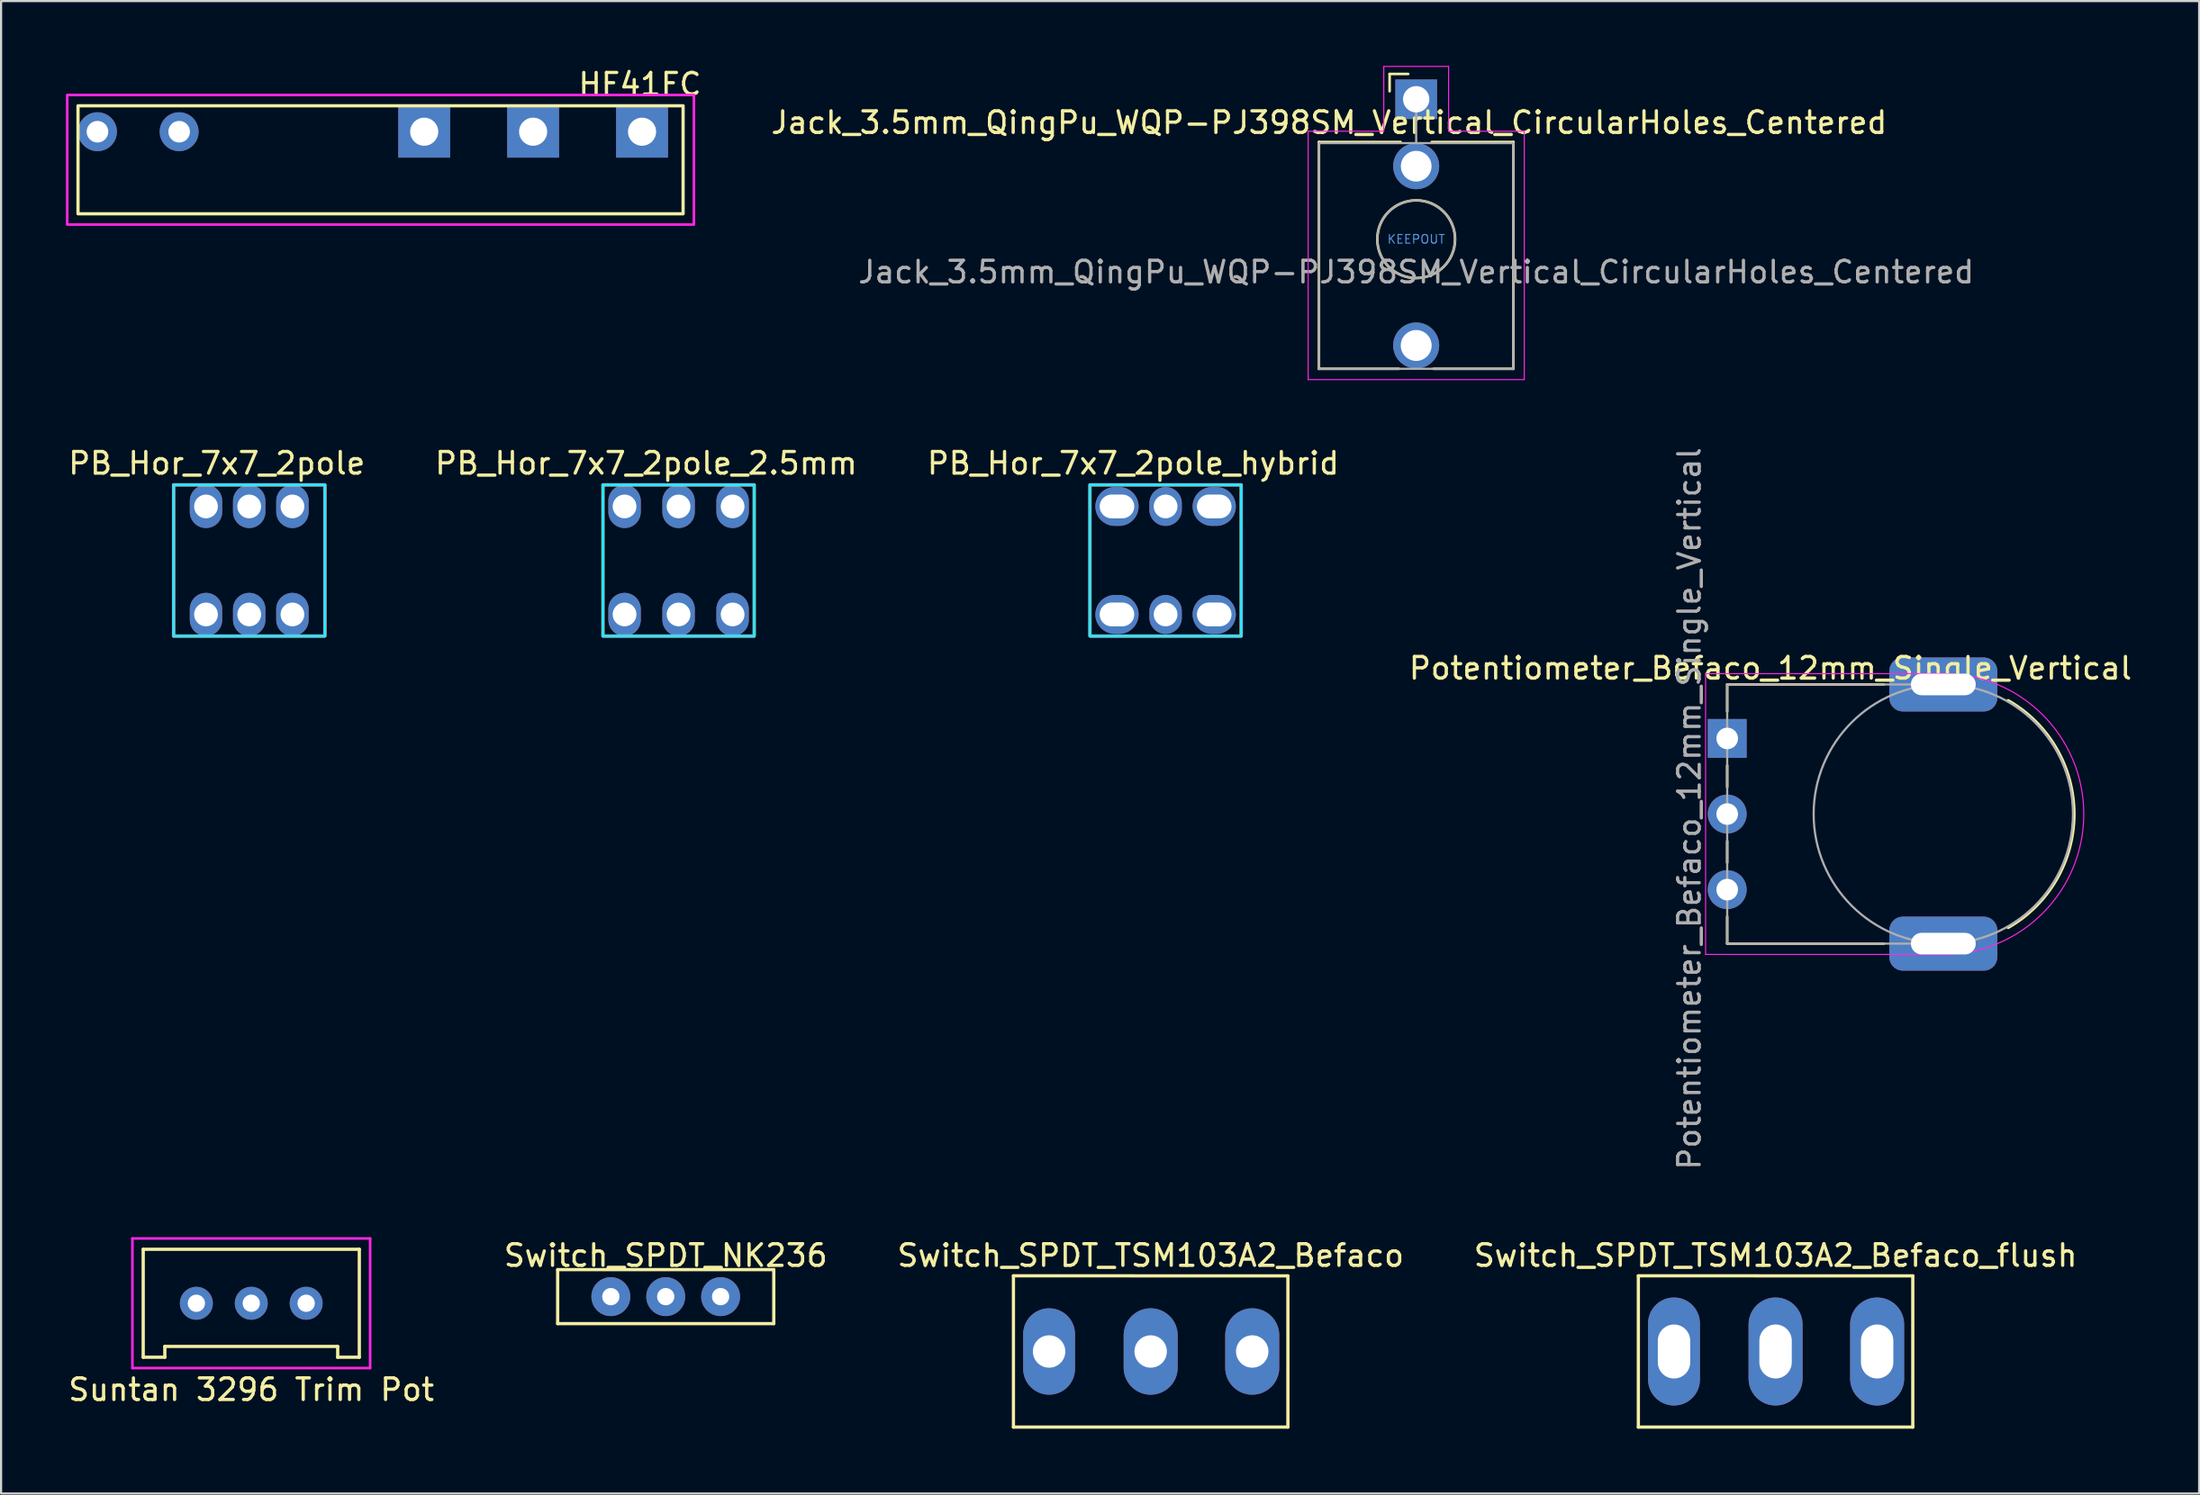
<source format=kicad_pcb>
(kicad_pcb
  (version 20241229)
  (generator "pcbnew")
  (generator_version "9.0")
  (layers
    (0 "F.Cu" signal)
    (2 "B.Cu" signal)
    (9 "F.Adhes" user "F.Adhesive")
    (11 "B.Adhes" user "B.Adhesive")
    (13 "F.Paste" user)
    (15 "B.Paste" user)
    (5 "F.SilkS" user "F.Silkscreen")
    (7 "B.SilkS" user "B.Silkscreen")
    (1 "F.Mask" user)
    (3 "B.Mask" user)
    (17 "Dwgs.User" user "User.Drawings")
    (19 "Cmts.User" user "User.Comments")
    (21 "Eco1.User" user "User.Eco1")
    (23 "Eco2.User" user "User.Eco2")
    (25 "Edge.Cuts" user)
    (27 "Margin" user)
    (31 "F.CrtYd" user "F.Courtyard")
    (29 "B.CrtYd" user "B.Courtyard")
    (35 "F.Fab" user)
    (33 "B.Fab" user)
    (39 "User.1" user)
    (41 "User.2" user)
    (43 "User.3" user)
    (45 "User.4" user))
  (footprint "Switch_SPDT_NK236"
    (layer "F.Cu")
    (at 27.756 56.982)
    (property "Reference" "Switch_SPDT_NK236" (at 0 -1.905 0) (unlocked yes) (layer "F.SilkS") (effects (font (size 1 1) (thickness 0.15))))
    (attr through_hole)
    (fp_line (start -5 -1.25) (end -5 1.25) (stroke (width 0.15) (type solid)) (layer "F.SilkS"))
    (fp_line (start -5 -1.25) (end 5 -1.25) (stroke (width 0.15) (type solid)) (layer "F.SilkS"))
    (fp_line (start -5 1.25) (end 5 1.25) (stroke (width 0.15) (type solid)) (layer "F.SilkS"))
    (fp_line (start 5 -1.25) (end 5 1.25) (stroke (width 0.15) (type solid)) (layer "F.SilkS"))
    (pad "1" thru_hole circle (at 0 0) (size 1.8 1.8) (drill 0.8) (layers "*.Cu" "*.Mask"))
    (pad "2" thru_hole circle (at 2.54 0) (size 1.8 1.8) (drill 0.8) (layers "*.Cu" "*.Mask"))
    (pad "3" thru_hole circle (at -2.54 0) (size 1.8 1.8) (drill 0.8) (layers "*.Cu" "*.Mask")))
  (footprint "PB_Hor_7x7_2pole_hybrid"
    (layer "F.Cu")
    (at 50.887 22.898)
    (property "Reference" "PB_Hor_7x7_2pole_hybrid" (at -1.5 -4.5 0) (unlocked yes) (layer "F.SilkS") (effects (font (size 1 1) (thickness 0.15))))
    (attr through_hole)
    (fp_rect (start -3.5 3.5) (end 3.5 -3.5) (stroke (width 0.15) (type default)) (fill no) (layer "F.SilkS"))
    (fp_rect (start -3.5 -3.5) (end 3.5 3.5) (stroke (width 0.12) (type default)) (fill no) (layer "B.CrtYd"))
    (fp_rect (start -3.5 -3.5) (end 3.5 3.5) (stroke (width 0.12) (type default)) (fill no) (layer "F.CrtYd"))
    (pad "1" thru_hole oval (at 0 -2.5) (size 1.5 1.8) (drill 1.1) (layers "*.Cu" "*.Mask"))
    (pad "2" thru_hole oval (at -2.25 -2.5) (size 2 1.8) (drill oval 1.6 1.1) (layers "*.Cu" "*.Mask"))
    (pad "3" thru_hole oval (at 2.25 -2.5) (size 2 1.8) (drill oval 1.6 1.1) (layers "*.Cu" "*.Mask"))
    (pad "4" thru_hole oval (at 0 2.5 180) (size 1.5 1.8) (drill 1.1) (layers "*.Cu" "*.Mask"))
    (pad "5" thru_hole oval (at 2.25 2.5 180) (size 2 1.8) (drill oval 1.6 1.1) (layers "*.Cu" "*.Mask"))
    (pad "6" thru_hole oval (at -2.25 2.5 180) (size 2 1.8) (drill oval 1.6 1.1) (layers "*.Cu" "*.Mask")))
  (footprint "PB_Hor_7x7_2pole_2.5mm"
    (layer "F.Cu")
    (at 28.351 22.898)
    (property "Reference" "PB_Hor_7x7_2pole_2.5mm" (at -1.5 -4.5 0) (unlocked yes) (layer "F.SilkS") (effects (font (size 1 1) (thickness 0.15))))
    (attr through_hole)
    (fp_rect (start -3.5 3.5) (end 3.5 -3.5) (stroke (width 0.15) (type default)) (fill no) (layer "F.SilkS"))
    (fp_rect (start -3.5 -3.5) (end 3.5 3.5) (stroke (width 0.12) (type default)) (fill no) (layer "B.CrtYd"))
    (fp_rect (start -3.5 -3.5) (end 3.5 3.5) (stroke (width 0.12) (type default)) (fill no) (layer "F.CrtYd"))
    (pad "1" thru_hole oval (at 0 -2.5) (size 1.5 2) (drill 1.1) (layers "*.Cu" "*.Mask"))
    (pad "2" thru_hole oval (at -2.5 -2.5) (size 1.5 2) (drill 1.1) (layers "*.Cu" "*.Mask"))
    (pad "3" thru_hole oval (at 2.5 -2.5) (size 1.5 2) (drill 1.1) (layers "*.Cu" "*.Mask"))
    (pad "4" thru_hole oval (at 0 2.5 180) (size 1.5 2) (drill 1.1) (layers "*.Cu" "*.Mask"))
    (pad "5" thru_hole oval (at 2.5 2.5 180) (size 1.5 2) (drill 1.1) (layers "*.Cu" "*.Mask"))
    (pad "6" thru_hole oval (at -2.5 2.5 180) (size 1.5 2) (drill 1.1) (layers "*.Cu" "*.Mask")))
  (footprint "Potentiometer_Befaco_12mm_Single_Vertical"
    (layer "F.Cu")
    (at 86.875 34.639)
    (property "Reference" "Potentiometer_Befaco_12mm_Single_Vertical" (at -8 -6.75 0) (layer "F.SilkS") (effects (font (size 1 1) (thickness 0.15))))
    (attr through_hole)
    (fp_line (start -10 -6) (end -10 -4.75) (stroke (width 0.12) (type solid)) (layer "F.SilkS"))
    (fp_line (start -10 -6) (end -2.75 -6) (stroke (width 0.12) (type solid)) (layer "F.SilkS"))
    (fp_line (start -10 -2.25) (end -10 -1.25) (stroke (width 0.12) (type solid)) (layer "F.SilkS"))
    (fp_line (start -10 1.25) (end -10 2.25) (stroke (width 0.12) (type solid)) (layer "F.SilkS"))
    (fp_line (start -10 4.75) (end -10 6) (stroke (width 0.12) (type solid)) (layer "F.SilkS"))
    (fp_line (start -10 6) (end -2.75 6) (stroke (width 0.12) (type solid)) (layer "F.SilkS"))
    (fp_arc (start 3 -5.25) (mid 6.046693 0) (end 3 5.25) (stroke (width 0.15) (type solid)) (layer "F.SilkS"))
    (fp_line (start -11 -6.5) (end -11 6.5) (stroke (width 0.05) (type solid)) (layer "F.CrtYd"))
    (fp_line (start -11 6.5) (end 0 6.5) (stroke (width 0.05) (type solid)) (layer "F.CrtYd"))
    (fp_line (start 0 -6.5) (end -11 -6.5) (stroke (width 0.05) (type solid)) (layer "F.CrtYd"))
    (fp_arc (start 0 -6.5) (mid 6.5 0) (end 0 6.5) (stroke (width 0.05) (type solid)) (layer "F.CrtYd"))
    (fp_line (start -10 -6) (end -10 6) (stroke (width 0.1) (type solid)) (layer "F.Fab"))
    (fp_line (start -10 6) (end 0 6) (stroke (width 0.1) (type solid)) (layer "F.Fab"))
    (fp_line (start 0 -6) (end -10 -6) (stroke (width 0.1) (type solid)) (layer "F.Fab"))
    (fp_circle (center 0 0) (end 0 6) (stroke (width 0.1) (type solid)) (fill no) (layer "F.Fab"))
    (fp_text user "${REFERENCE}" (at -11.75 -0.25 90) (layer "F.Fab") (effects (font (size 1 1) (thickness 0.15))))
    (pad "1" thru_hole rect (at -10 -3.5) (size 1.8 1.8) (drill 1) (layers "*.Cu" "*.Mask"))
    (pad "2" thru_hole circle (at -10 0) (size 1.8 1.8) (drill 1) (layers "*.Cu" "*.Mask"))
    (pad "3" thru_hole circle (at -10 3.5) (size 1.8 1.8) (drill 1) (layers "*.Cu" "*.Mask"))
    (pad "MP" thru_hole roundrect (at 0 -6) (size 5 2.5) (drill oval 3 1) (layers "*.Cu" "*.Mask") (roundrect_rratio 0.25))
    (pad "MP" thru_hole roundrect (at 0 6) (size 5 2.5) (drill oval 3 1) (layers "*.Cu" "*.Mask") (roundrect_rratio 0.25)))
  (footprint "Switch_SPDT_TSM103A2_Befaco_flush"
    (layer "F.Cu")
    (at 79.113 59.522)
    (property "Reference" "Switch_SPDT_TSM103A2_Befaco_flush" (at 0 -4.445 0) (unlocked yes) (layer "F.SilkS") (effects (font (size 1 1) (thickness 0.15))))
    (attr through_hole)
    (fp_line (start -6.35 -3.505) (end 6.35 -3.5) (stroke (width 0.15) (type solid)) (layer "F.SilkS"))
    (fp_line (start -6.35 -3.5) (end -6.35 3.5) (stroke (width 0.15) (type solid)) (layer "F.SilkS"))
    (fp_line (start -6.35 3.5) (end 6.35 3.5) (stroke (width 0.15) (type solid)) (layer "F.SilkS"))
    (fp_line (start 6.35 -3.5) (end 6.35 3.5) (stroke (width 0.15) (type solid)) (layer "F.SilkS"))
    (pad "1" thru_hole oval (at -4.7 0) (size 2.4 5) (drill oval 1.5 2.5) (layers "*.Cu" "*.Mask"))
    (pad "2" thru_hole oval (at 0 0) (size 2.5 5) (drill oval 1.5 2.5) (layers "*.Cu" "*.Mask"))
    (pad "3" thru_hole oval (at 4.7 0) (size 2.5 5) (drill oval 1.5 2.5) (layers "*.Cu" "*.Mask")))
  (footprint "Jack_3.5mm_QingPu_WQP-PJ398SM_Vertical_CircularHoles_Centered"
    (layer "F.Cu")
    (at 62.483 8.025)
    (property "Reference" "Jack_3.5mm_QingPu_WQP-PJ398SM_Vertical_CircularHoles_Centered" (at -4.03 -5.4 180) (layer "F.SilkS") (effects (font (size 1 1) (thickness 0.15))))
    (attr through_hole)
    (fp_line (start -4.5 -4.5) (end -4.5 6) (stroke (width 0.12) (type solid)) (layer "F.SilkS"))
    (fp_line (start -1.23 -7.65) (end -1.23 -6.85) (stroke (width 0.12) (type solid)) (layer "F.SilkS"))
    (fp_line (start -1.23 -7.65) (end -0.37 -7.65) (stroke (width 0.12) (type solid)) (layer "F.SilkS"))
    (fp_line (start -0.8 6) (end -4.5 6) (stroke (width 0.12) (type solid)) (layer "F.SilkS"))
    (fp_line (start -0.72 -4.5) (end -4.5 -4.5) (stroke (width 0.12) (type solid)) (layer "F.SilkS"))
    (fp_line (start 4.5 -4.5) (end 0.72 -4.5) (stroke (width 0.12) (type solid)) (layer "F.SilkS"))
    (fp_line (start 4.5 -4.5) (end 4.5 6) (stroke (width 0.12) (type solid)) (layer "F.SilkS"))
    (fp_line (start 4.5 6) (end 0.8 6) (stroke (width 0.12) (type solid)) (layer "F.SilkS"))
    (fp_circle (center 0 0) (end 1.8 0) (stroke (width 0.12) (type solid)) (fill no) (layer "F.SilkS"))
    (fp_line (start -5 -5) (end -1.5 -5) (stroke (width 0.05) (type default)) (layer "F.CrtYd"))
    (fp_line (start -5 6.5) (end -5 -5) (stroke (width 0.05) (type solid)) (layer "F.CrtYd"))
    (fp_line (start -1.5 -8) (end 1.5 -8) (stroke (width 0.05) (type default)) (layer "F.CrtYd"))
    (fp_line (start -1.5 -5) (end -1.5 -8) (stroke (width 0.05) (type default)) (layer "F.CrtYd"))
    (fp_line (start 1.5 -8) (end 1.5 -5) (stroke (width 0.05) (type default)) (layer "F.CrtYd"))
    (fp_line (start 1.5 -5) (end 5 -5) (stroke (width 0.05) (type default)) (layer "F.CrtYd"))
    (fp_line (start 5 6.5) (end -5 6.5) (stroke (width 0.05) (type solid)) (layer "F.CrtYd"))
    (fp_line (start 5 6.5) (end 5 -5) (stroke (width 0.05) (type solid)) (layer "F.CrtYd"))
    (fp_line (start -4.5 6) (end -4.5 -4.4) (stroke (width 0.1) (type solid)) (layer "F.Fab"))
    (fp_line (start 0 -6.48) (end 0 -4.45) (stroke (width 0.1) (type solid)) (layer "F.Fab"))
    (fp_line (start 4.5 -4.45) (end -4.5 -4.45) (stroke (width 0.1) (type solid)) (layer "F.Fab"))
    (fp_line (start 4.5 6) (end -4.5 6) (stroke (width 0.1) (type solid)) (layer "F.Fab"))
    (fp_line (start 4.5 6) (end 4.5 -4.4) (stroke (width 0.1) (type solid)) (layer "F.Fab"))
    (fp_circle (center 0 0) (end 1.8 0) (stroke (width 0.1) (type solid)) (fill no) (layer "F.Fab"))
    (fp_text user "KEEPOUT" (at 0 0 0) (layer "Cmts.User") (effects (font (size 0.4 0.4) (thickness 0.051))))
    (fp_text user "${REFERENCE}" (at 0 1.52 180) (layer "F.Fab") (effects (font (size 1 1) (thickness 0.15))))
    (pad "S" thru_hole rect (at 0 -6.48 180) (size 1.93 1.83) (drill 1.22) (layers "*.Cu" "*.Mask"))
    (pad "T" thru_hole circle (at 0 4.92 180) (size 2.13 2.13) (drill 1.43) (layers "*.Cu" "*.Mask"))
    (pad "TN" thru_hole circle (at 0 -3.38 180) (size 2.13 2.13) (drill 1.42) (layers "*.Cu" "*.Mask"))
    (zone (net_name "") (layer "F.Cu") (hatch full 0.508) (connect_pads) (min_thickness 0.254) (filled_areas_thickness no) (keepout (tracks not_allowed) (vias not_allowed) (pads not_allowed) (copperpour not_allowed) (footprints not_allowed)) (placement (enabled no)) (fill) (polygon (pts (xy 63.988 8.025) (xy 63.968 7.779) (xy 63.908 7.54) (xy 63.809 7.314) (xy 63.675 7.107) (xy 63.509 6.924) (xy 63.316 6.771) (xy 63.1 6.652) (xy 62.867 6.57) (xy 62.625 6.527) (xy 62.378 6.524) (xy 62.134 6.561) (xy 61.9 6.637) (xy 61.681 6.751) (xy 61.484 6.899) (xy 61.313 7.078) (xy 61.174 7.282) (xy 61.07 7.505) (xy 61.004 7.743) (xy 60.978 7.988) (xy 60.992 8.234) (xy 61.047 8.475) (xy 61.139 8.704) (xy 61.268 8.914) (xy 61.43 9.1) (xy 61.62 9.258) (xy 61.833 9.382) (xy 62.063 9.47) (xy 62.305 9.52) (xy 62.551 9.529) (xy 62.796 9.497) (xy 63.032 9.426) (xy 63.254 9.318) (xy 63.454 9.175) (xy 63.629 9.001) (xy 63.773 8.8) (xy 63.882 8.579) (xy 63.954 8.343) (xy 63.986 8.099)))))
  (footprint "HF41FC"
    (layer "F.Cu")
    (at 14.56 4.848)
    (property "Reference" "HF41FC" (at 12 -4 0) (unlocked yes) (layer "F.SilkS") (effects (font (size 1 1) (thickness 0.15))))
    (attr through_hole)
    (fp_rect (start -14 -3) (end 14 2) (stroke (width 0.15) (type solid)) (fill no) (layer "F.SilkS"))
    (fp_rect (start -14.5 -3.5) (end 14.5 2.5) (stroke (width 0.12) (type solid)) (fill no) (layer "F.CrtYd"))
    (pad "11" thru_hole rect (at 7.06 -1.8) (size 2.4 2.4) (drill 1.3) (layers "*.Cu" "*.Mask"))
    (pad "12" thru_hole rect (at 2.02 -1.8) (size 2.4 2.4) (drill 1.3) (layers "*.Cu" "*.Mask"))
    (pad "14" thru_hole rect (at 12.1 -1.8) (size 2.4 2.4) (drill 1.3) (layers "*.Cu" "*.Mask"))
    (pad "A1" thru_hole circle (at -13.1 -1.8) (size 1.8 1.8) (drill 1) (layers "*.Cu" "*.Mask"))
    (pad "A2" thru_hole circle (at -9.32 -1.8) (size 1.8 1.8) (drill 1) (layers "*.Cu" "*.Mask")))
  (footprint "Suntan 3296 Trim Pot"
    (layer "F.Cu")
    (at 8.577 57.289)
    (property "Reference" "Suntan 3296 Trim Pot" (at 0 4 0) (layer "F.SilkS") (effects (font (size 1 1) (thickness 0.15))))
    (attr through_hole)
    (fp_line (start -5 -2.5) (end -5 2.5) (stroke (width 0.15) (type solid)) (layer "F.SilkS"))
    (fp_line (start -4 2) (end 4 2) (stroke (width 0.15) (type solid)) (layer "F.SilkS"))
    (fp_line (start -4 2.5) (end -5 2.5) (stroke (width 0.15) (type solid)) (layer "F.SilkS"))
    (fp_line (start -4 2.5) (end -4 2) (stroke (width 0.15) (type solid)) (layer "F.SilkS"))
    (fp_line (start 4 2) (end 4 2.5) (stroke (width 0.15) (type solid)) (layer "F.SilkS"))
    (fp_line (start 4 2.5) (end 5 2.5) (stroke (width 0.15) (type solid)) (layer "F.SilkS"))
    (fp_line (start 5 -2.5) (end -5 -2.5) (stroke (width 0.15) (type solid)) (layer "F.SilkS"))
    (fp_line (start 5 2.5) (end 5 -2.5) (stroke (width 0.15) (type solid)) (layer "F.SilkS"))
    (fp_line (start -5.5 -3) (end 5.5 -3) (stroke (width 0.12) (type solid)) (layer "F.CrtYd"))
    (fp_line (start -5.5 3) (end -5.5 -3) (stroke (width 0.12) (type solid)) (layer "F.CrtYd"))
    (fp_line (start 5.5 -3) (end 5.5 3) (stroke (width 0.12) (type solid)) (layer "F.CrtYd"))
    (fp_line (start 5.5 3) (end -5.5 3) (stroke (width 0.12) (type solid)) (layer "F.CrtYd"))
    (pad "1" thru_hole circle (at -2.54 0) (size 1.524 1.524) (drill 0.8) (layers "*.Cu" "*.Mask"))
    (pad "2" thru_hole circle (at 0 0) (size 1.524 1.524) (drill 0.8) (layers "*.Cu" "*.Mask"))
    (pad "3" thru_hole circle (at 2.54 0) (size 1.524 1.524) (drill 0.8) (layers "*.Cu" "*.Mask")))
  (footprint "PB_Hor_7x7_2pole"
    (layer "F.Cu")
    (at 8.482 22.898)
    (property "Reference" "PB_Hor_7x7_2pole" (at -1.5 -4.5 0) (unlocked yes) (layer "F.SilkS") (effects (font (size 1 1) (thickness 0.15))))
    (attr through_hole)
    (fp_rect (start -3.5 3.5) (end 3.5 -3.5) (stroke (width 0.15) (type default)) (fill no) (layer "F.SilkS"))
    (fp_rect (start -3.5 -3.5) (end 3.5 3.5) (stroke (width 0.12) (type default)) (fill no) (layer "B.CrtYd"))
    (fp_rect (start -3.5 -3.5) (end 3.5 3.5) (stroke (width 0.12) (type default)) (fill no) (layer "F.CrtYd"))
    (pad "1" thru_hole oval (at 0 -2.5) (size 1.5 2) (drill 1.1) (layers "*.Cu" "*.Mask"))
    (pad "2" thru_hole oval (at -2 -2.5) (size 1.5 2) (drill 1.1) (layers "*.Cu" "*.Mask"))
    (pad "3" thru_hole oval (at 2 -2.5) (size 1.5 2) (drill 1.1) (layers "*.Cu" "*.Mask"))
    (pad "4" thru_hole oval (at 0 2.5 180) (size 1.5 2) (drill 1.1) (layers "*.Cu" "*.Mask"))
    (pad "5" thru_hole oval (at 2 2.5 180) (size 1.5 2) (drill 1.1) (layers "*.Cu" "*.Mask"))
    (pad "6" thru_hole oval (at -2 2.5 180) (size 1.5 2) (drill 1.1) (layers "*.Cu" "*.Mask")))
  (footprint "Switch_SPDT_TSM103A2_Befaco"
    (layer "F.Cu")
    (at 50.196 59.522)
    (property "Reference" "Switch_SPDT_TSM103A2_Befaco" (at 0 -4.445 0) (unlocked yes) (layer "F.SilkS") (effects (font (size 1 1) (thickness 0.15))))
    (attr through_hole)
    (fp_line (start -6.35 -3.505) (end 6.35 -3.5) (stroke (width 0.15) (type solid)) (layer "F.SilkS"))
    (fp_line (start -6.35 -3.5) (end -6.35 3.5) (stroke (width 0.15) (type solid)) (layer "F.SilkS"))
    (fp_line (start -6.35 3.5) (end 6.35 3.5) (stroke (width 0.15) (type solid)) (layer "F.SilkS"))
    (fp_line (start 6.35 -3.5) (end 6.35 3.5) (stroke (width 0.15) (type solid)) (layer "F.SilkS"))
    (pad "1" thru_hole oval (at -4.7 0) (size 2.4 4) (drill 1.5) (layers "*.Cu" "*.Mask"))
    (pad "2" thru_hole oval (at 0 0) (size 2.5 4) (drill 1.5) (layers "*.Cu" "*.Mask"))
    (pad "3" thru_hole oval (at 4.7 0) (size 2.5 4) (drill 1.5) (layers "*.Cu" "*.Mask")))
  (gr_rect
    (start -3 -3)
    (end 98.714 66.097)
    (stroke (width 0.1) (type default))
    (fill no)
    (layer "Edge.Cuts")))
</source>
